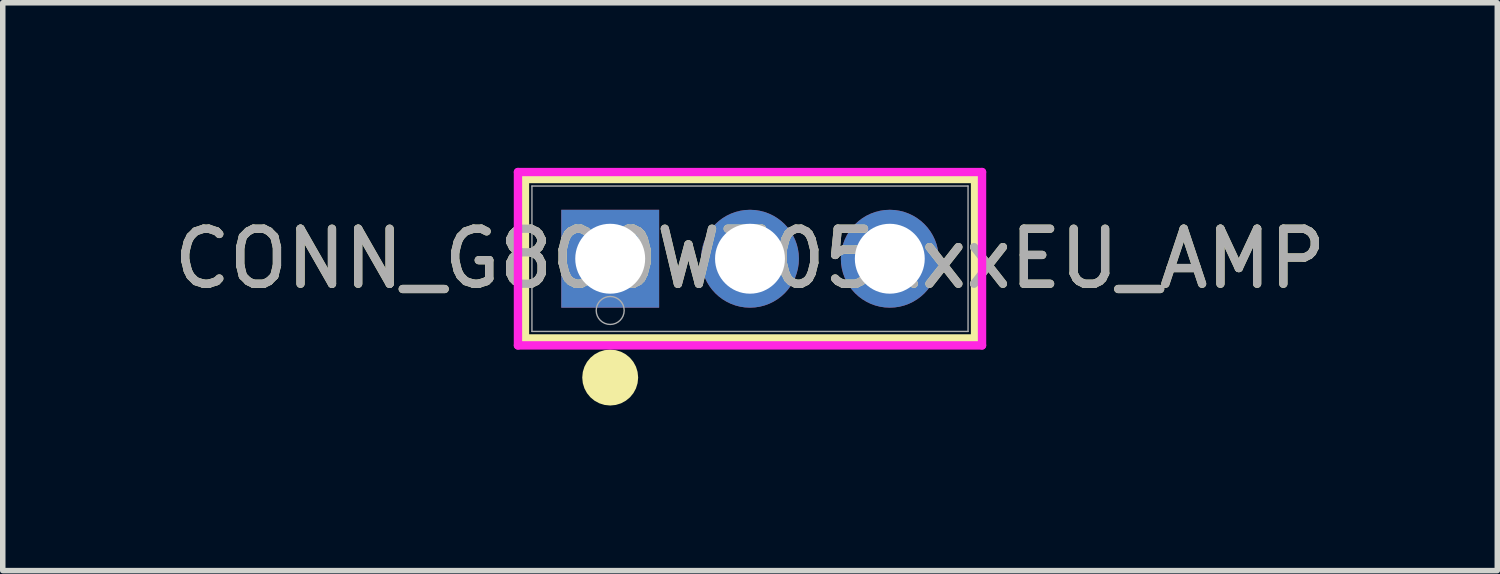
<source format=kicad_pcb>
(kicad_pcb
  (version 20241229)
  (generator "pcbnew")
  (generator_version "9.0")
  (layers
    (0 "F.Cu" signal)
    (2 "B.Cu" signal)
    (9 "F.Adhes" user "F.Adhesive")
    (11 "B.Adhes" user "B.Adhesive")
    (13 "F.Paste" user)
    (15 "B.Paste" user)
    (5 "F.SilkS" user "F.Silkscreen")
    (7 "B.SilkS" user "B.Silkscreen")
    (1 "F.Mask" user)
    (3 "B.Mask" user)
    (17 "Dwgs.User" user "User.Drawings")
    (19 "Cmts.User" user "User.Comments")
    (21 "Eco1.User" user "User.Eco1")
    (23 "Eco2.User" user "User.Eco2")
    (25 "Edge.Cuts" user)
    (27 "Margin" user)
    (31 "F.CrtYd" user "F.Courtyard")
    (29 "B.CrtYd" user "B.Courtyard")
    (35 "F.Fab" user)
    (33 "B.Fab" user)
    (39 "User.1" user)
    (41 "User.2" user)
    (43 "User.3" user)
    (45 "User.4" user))
  (footprint "CONN_G800W305xxxEU_AMP"
    (layer "F.Cu")
    (at 8.037 1.651)
    (property "Reference" "CONN_G800W305xxxEU_AMP" (at 2.54 0 0) (unlocked yes) (layer "F.SilkS") (effects (font (size 1 1) (thickness 0.15))))
    (attr through_hole)
    (fp_line (start -1.549 -1.448) (end -1.549 1.448) (stroke (width 0.152) (type solid)) (layer "F.SilkS"))
    (fp_line (start -1.549 1.448) (end 6.629 1.448) (stroke (width 0.152) (type solid)) (layer "F.SilkS"))
    (fp_line (start 6.629 -1.448) (end -1.549 -1.448) (stroke (width 0.152) (type solid)) (layer "F.SilkS"))
    (fp_line (start 6.629 1.448) (end 6.629 -1.448) (stroke (width 0.152) (type solid)) (layer "F.SilkS"))
    (fp_circle (center 0 2.159) (end 0.254 2.159) (stroke (width 0.508) (type solid)) (fill no) (layer "F.SilkS"))
    (fp_line (start -1.676 -1.575) (end -1.676 1.575) (stroke (width 0.152) (type solid)) (layer "F.CrtYd"))
    (fp_line (start -1.676 1.575) (end 6.756 1.575) (stroke (width 0.152) (type solid)) (layer "F.CrtYd"))
    (fp_line (start 6.756 -1.575) (end -1.676 -1.575) (stroke (width 0.152) (type solid)) (layer "F.CrtYd"))
    (fp_line (start 6.756 1.575) (end 6.756 -1.575) (stroke (width 0.152) (type solid)) (layer "F.CrtYd"))
    (fp_line (start -1.422 -1.321) (end -1.422 1.321) (stroke (width 0.025) (type solid)) (layer "F.Fab"))
    (fp_line (start -1.422 1.321) (end 6.502 1.321) (stroke (width 0.025) (type solid)) (layer "F.Fab"))
    (fp_line (start 6.502 -1.321) (end -1.422 -1.321) (stroke (width 0.025) (type solid)) (layer "F.Fab"))
    (fp_line (start 6.502 1.321) (end 6.502 -1.321) (stroke (width 0.025) (type solid)) (layer "F.Fab"))
    (fp_circle (center 0 0.94) (end 0.254 0.94) (stroke (width 0.025) (type solid)) (fill no) (layer "F.Fab"))
    (fp_text user "${REFERENCE}" (at 2.54 0 0) (unlocked yes) (layer "F.Fab") (effects (font (size 1 1) (thickness 0.15))))
    (pad "1" thru_hole rect (at 0 0) (size 1.778 1.778) (drill 1.27) (layers "*.Cu" "*.Mask"))
    (pad "2" thru_hole circle (at 2.54 0) (size 1.778 1.778) (drill 1.27) (layers "*.Cu" "*.Mask"))
    (pad "3" thru_hole circle (at 5.08 0) (size 1.778 1.778) (drill 1.27) (layers "*.Cu" "*.Mask")))
  (gr_rect
    (start -3 -3)
    (end 24.155 7.318)
    (stroke (width 0.1) (type default))
    (fill no)
    (layer "Edge.Cuts")))
</source>
